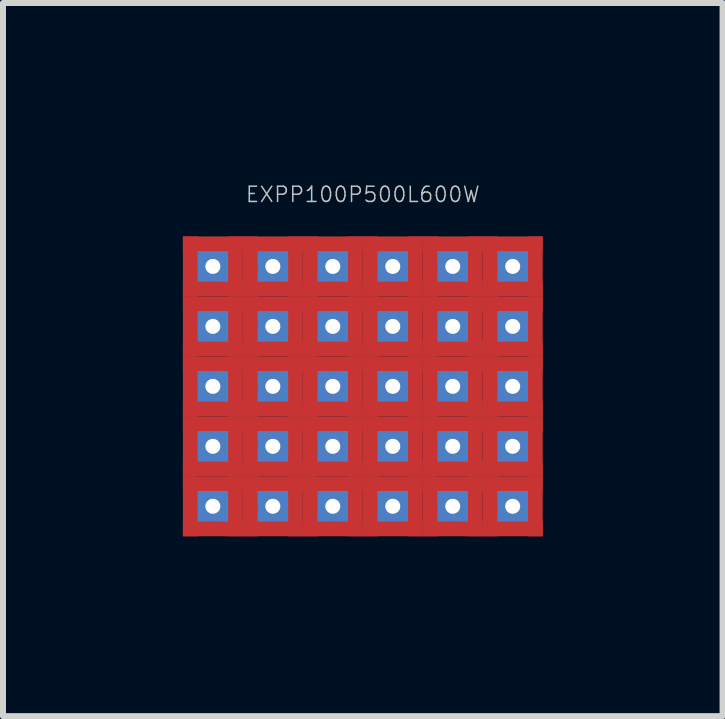
<source format=kicad_pcb>
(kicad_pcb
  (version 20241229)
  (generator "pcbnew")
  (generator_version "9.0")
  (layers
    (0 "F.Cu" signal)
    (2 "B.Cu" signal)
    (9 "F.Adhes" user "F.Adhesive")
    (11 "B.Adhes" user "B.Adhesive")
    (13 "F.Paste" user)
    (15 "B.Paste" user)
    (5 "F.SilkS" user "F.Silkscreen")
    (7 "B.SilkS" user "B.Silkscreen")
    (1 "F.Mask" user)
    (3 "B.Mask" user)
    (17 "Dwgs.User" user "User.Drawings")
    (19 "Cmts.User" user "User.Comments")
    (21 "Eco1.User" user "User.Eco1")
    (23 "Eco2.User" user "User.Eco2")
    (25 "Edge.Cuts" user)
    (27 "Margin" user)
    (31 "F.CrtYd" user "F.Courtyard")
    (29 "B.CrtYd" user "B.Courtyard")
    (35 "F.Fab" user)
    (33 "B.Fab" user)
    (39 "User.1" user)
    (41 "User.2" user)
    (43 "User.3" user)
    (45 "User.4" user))
  (footprint "EXPP100P500L600W"
    (layer "F.Cu")
    (at 3 3.393)
    (property "Reference" "EXPP100P500L600W" (at 0 -3.2 0) (layer "Dwgs.User") (effects (font (size 0.254 0.254) (thickness 0.025))))
    (attr smd)
    (pad "1" smd rect (at -2.875 -2) (size 0.25 1) (layers "F.Cu" "F.Mask"))
    (pad "1" smd rect (at -2.875 -1) (size 0.25 1) (layers "F.Cu" "F.Mask"))
    (pad "1" smd rect (at -2.875 0) (size 0.25 1) (layers "F.Cu" "F.Mask"))
    (pad "1" smd rect (at -2.875 1) (size 0.25 1) (layers "F.Cu" "F.Mask"))
    (pad "1" smd rect (at -2.875 2) (size 0.25 1) (layers "F.Cu" "F.Mask"))
    (pad "1" smd rect (at -2.77 -2.27) (size 0.35 0.35) (layers "F.Cu" "F.Mask" "F.Paste"))
    (pad "1" smd rect (at -2.77 -1.73) (size 0.35 0.35) (layers "F.Cu" "F.Paste"))
    (pad "1" smd rect (at -2.77 -1.27) (size 0.35 0.35) (layers "F.Cu" "F.Mask" "F.Paste"))
    (pad "1" smd rect (at -2.77 -0.73) (size 0.35 0.35) (layers "F.Cu" "F.Paste"))
    (pad "1" smd rect (at -2.77 -0.27) (size 0.35 0.35) (layers "F.Cu" "F.Mask" "F.Paste"))
    (pad "1" smd rect (at -2.77 0.27) (size 0.35 0.35) (layers "F.Cu" "F.Paste"))
    (pad "1" smd rect (at -2.77 0.73) (size 0.35 0.35) (layers "F.Cu" "F.Mask" "F.Paste"))
    (pad "1" smd rect (at -2.77 1.27) (size 0.35 0.35) (layers "F.Cu" "F.Paste"))
    (pad "1" smd rect (at -2.77 1.73) (size 0.35 0.35) (layers "F.Cu" "F.Mask" "F.Paste"))
    (pad "1" smd rect (at -2.77 2.27) (size 0.35 0.35) (layers "F.Cu" "F.Paste"))
    (pad "1" smd rect (at -2.5 -2.375) (size 1 0.25) (layers "F.Cu" "F.Mask"))
    (pad "1" thru_hole rect (at -2.5 -2) (size 0.51 0.51) (drill 0.25) (layers "*.Cu"))
    (pad "1" smd rect (at -2.5 -1.625) (size 1 0.25) (layers "F.Cu" "F.Mask"))
    (pad "1" smd rect (at -2.5 -1.375) (size 1 0.25) (layers "F.Cu" "F.Mask"))
    (pad "1" thru_hole rect (at -2.5 -1) (size 0.51 0.51) (drill 0.25) (layers "*.Cu"))
    (pad "1" smd rect (at -2.5 -0.625) (size 1 0.25) (layers "F.Cu" "F.Mask"))
    (pad "1" smd rect (at -2.5 -0.375) (size 1 0.25) (layers "F.Cu" "F.Mask"))
    (pad "1" thru_hole rect (at -2.5 0) (size 0.51 0.51) (drill 0.25) (layers "*.Cu"))
    (pad "1" smd rect (at -2.5 0.375) (size 1 0.25) (layers "F.Cu" "F.Mask"))
    (pad "1" smd rect (at -2.5 0.625) (size 1 0.25) (layers "F.Cu" "F.Mask"))
    (pad "1" thru_hole rect (at -2.5 1) (size 0.51 0.51) (drill 0.25) (layers "*.Cu"))
    (pad "1" smd rect (at -2.5 1.375) (size 1 0.25) (layers "F.Cu" "F.Mask"))
    (pad "1" smd rect (at -2.5 1.625) (size 1 0.25) (layers "F.Cu" "F.Mask"))
    (pad "1" thru_hole rect (at -2.5 2) (size 0.51 0.51) (drill 0.25) (layers "*.Cu"))
    (pad "1" smd rect (at -2.5 2.375) (size 1 0.25) (layers "F.Cu" "F.Mask"))
    (pad "1" smd rect (at -2.23 -2.27) (size 0.35 0.35) (layers "F.Cu" "F.Paste"))
    (pad "1" smd rect (at -2.23 -1.73) (size 0.35 0.35) (layers "F.Cu" "F.Paste"))
    (pad "1" smd rect (at -2.23 -1.27) (size 0.35 0.35) (layers "F.Cu" "F.Paste"))
    (pad "1" smd rect (at -2.23 -0.73) (size 0.35 0.35) (layers "F.Cu" "F.Paste"))
    (pad "1" smd rect (at -2.23 -0.27) (size 0.35 0.35) (layers "F.Cu" "F.Paste"))
    (pad "1" smd rect (at -2.23 0.27) (size 0.35 0.35) (layers "F.Cu" "F.Paste"))
    (pad "1" smd rect (at -2.23 0.73) (size 0.35 0.35) (layers "F.Cu" "F.Paste"))
    (pad "1" smd rect (at -2.23 1.27) (size 0.35 0.35) (layers "F.Cu" "F.Paste"))
    (pad "1" smd rect (at -2.23 1.73) (size 0.35 0.35) (layers "F.Cu" "F.Paste"))
    (pad "1" smd rect (at -2.23 2.27) (size 0.35 0.35) (layers "F.Cu" "F.Paste"))
    (pad "1" smd rect (at -2.125 -2) (size 0.25 1) (layers "F.Cu" "F.Mask"))
    (pad "1" smd rect (at -2.125 -1) (size 0.25 1) (layers "F.Cu" "F.Mask"))
    (pad "1" smd rect (at -2.125 0) (size 0.25 1) (layers "F.Cu" "F.Mask"))
    (pad "1" smd rect (at -2.125 1) (size 0.25 1) (layers "F.Cu" "F.Mask"))
    (pad "1" smd rect (at -2.125 2) (size 0.25 1) (layers "F.Cu" "F.Mask"))
    (pad "1" smd rect (at -1.875 -2) (size 0.25 1) (layers "F.Cu" "F.Mask"))
    (pad "1" smd rect (at -1.875 -1) (size 0.25 1) (layers "F.Cu" "F.Mask"))
    (pad "1" smd rect (at -1.875 0) (size 0.25 1) (layers "F.Cu" "F.Mask"))
    (pad "1" smd rect (at -1.875 1) (size 0.25 1) (layers "F.Cu" "F.Mask"))
    (pad "1" smd rect (at -1.875 2) (size 0.25 1) (layers "F.Cu" "F.Mask"))
    (pad "1" smd rect (at -1.77 -2.27) (size 0.35 0.35) (layers "F.Cu" "F.Mask" "F.Paste"))
    (pad "1" smd rect (at -1.77 -1.73) (size 0.35 0.35) (layers "F.Cu" "F.Paste"))
    (pad "1" smd rect (at -1.77 -1.27) (size 0.35 0.35) (layers "F.Cu" "F.Mask" "F.Paste"))
    (pad "1" smd rect (at -1.77 -0.73) (size 0.35 0.35) (layers "F.Cu" "F.Paste"))
    (pad "1" smd rect (at -1.77 -0.27) (size 0.35 0.35) (layers "F.Cu" "F.Mask" "F.Paste"))
    (pad "1" smd rect (at -1.77 0.27) (size 0.35 0.35) (layers "F.Cu" "F.Paste"))
    (pad "1" smd rect (at -1.77 0.73) (size 0.35 0.35) (layers "F.Cu" "F.Mask" "F.Paste"))
    (pad "1" smd rect (at -1.77 1.27) (size 0.35 0.35) (layers "F.Cu" "F.Paste"))
    (pad "1" smd rect (at -1.77 1.73) (size 0.35 0.35) (layers "F.Cu" "F.Mask" "F.Paste"))
    (pad "1" smd rect (at -1.77 2.27) (size 0.35 0.35) (layers "F.Cu" "F.Paste"))
    (pad "1" smd rect (at -1.5 -2.375) (size 1 0.25) (layers "F.Cu" "F.Mask"))
    (pad "1" thru_hole rect (at -1.5 -2) (size 0.51 0.51) (drill 0.25) (layers "*.Cu"))
    (pad "1" smd rect (at -1.5 -1.625) (size 1 0.25) (layers "F.Cu" "F.Mask"))
    (pad "1" smd rect (at -1.5 -1.375) (size 1 0.25) (layers "F.Cu" "F.Mask"))
    (pad "1" thru_hole rect (at -1.5 -1) (size 0.51 0.51) (drill 0.25) (layers "*.Cu"))
    (pad "1" smd rect (at -1.5 -0.625) (size 1 0.25) (layers "F.Cu" "F.Mask"))
    (pad "1" smd rect (at -1.5 -0.375) (size 1 0.25) (layers "F.Cu" "F.Mask"))
    (pad "1" thru_hole rect (at -1.5 0) (size 0.51 0.51) (drill 0.25) (layers "*.Cu"))
    (pad "1" smd rect (at -1.5 0.375) (size 1 0.25) (layers "F.Cu" "F.Mask"))
    (pad "1" smd rect (at -1.5 0.625) (size 1 0.25) (layers "F.Cu" "F.Mask"))
    (pad "1" thru_hole rect (at -1.5 1) (size 0.51 0.51) (drill 0.25) (layers "*.Cu"))
    (pad "1" smd rect (at -1.5 1.375) (size 1 0.25) (layers "F.Cu" "F.Mask"))
    (pad "1" smd rect (at -1.5 1.625) (size 1 0.25) (layers "F.Cu" "F.Mask"))
    (pad "1" thru_hole rect (at -1.5 2) (size 0.51 0.51) (drill 0.25) (layers "*.Cu"))
    (pad "1" smd rect (at -1.5 2.375) (size 1 0.25) (layers "F.Cu" "F.Mask"))
    (pad "1" smd rect (at -1.23 -2.27) (size 0.35 0.35) (layers "F.Cu" "F.Paste"))
    (pad "1" smd rect (at -1.23 -1.73) (size 0.35 0.35) (layers "F.Cu" "F.Paste"))
    (pad "1" smd rect (at -1.23 -1.27) (size 0.35 0.35) (layers "F.Cu" "F.Paste"))
    (pad "1" smd rect (at -1.23 -0.73) (size 0.35 0.35) (layers "F.Cu" "F.Paste"))
    (pad "1" smd rect (at -1.23 -0.27) (size 0.35 0.35) (layers "F.Cu" "F.Paste"))
    (pad "1" smd rect (at -1.23 0.27) (size 0.35 0.35) (layers "F.Cu" "F.Paste"))
    (pad "1" smd rect (at -1.23 0.73) (size 0.35 0.35) (layers "F.Cu" "F.Paste"))
    (pad "1" smd rect (at -1.23 1.27) (size 0.35 0.35) (layers "F.Cu" "F.Paste"))
    (pad "1" smd rect (at -1.23 1.73) (size 0.35 0.35) (layers "F.Cu" "F.Paste"))
    (pad "1" smd rect (at -1.23 2.27) (size 0.35 0.35) (layers "F.Cu" "F.Paste"))
    (pad "1" smd rect (at -1.125 -2) (size 0.25 1) (layers "F.Cu" "F.Mask"))
    (pad "1" smd rect (at -1.125 -1) (size 0.25 1) (layers "F.Cu" "F.Mask"))
    (pad "1" smd rect (at -1.125 0) (size 0.25 1) (layers "F.Cu" "F.Mask"))
    (pad "1" smd rect (at -1.125 1) (size 0.25 1) (layers "F.Cu" "F.Mask"))
    (pad "1" smd rect (at -1.125 2) (size 0.25 1) (layers "F.Cu" "F.Mask"))
    (pad "1" smd rect (at -0.875 -2) (size 0.25 1) (layers "F.Cu" "F.Mask"))
    (pad "1" smd rect (at -0.875 -1) (size 0.25 1) (layers "F.Cu" "F.Mask"))
    (pad "1" smd rect (at -0.875 0) (size 0.25 1) (layers "F.Cu" "F.Mask"))
    (pad "1" smd rect (at -0.875 1) (size 0.25 1) (layers "F.Cu" "F.Mask"))
    (pad "1" smd rect (at -0.875 2) (size 0.25 1) (layers "F.Cu" "F.Mask"))
    (pad "1" smd rect (at -0.77 -2.27) (size 0.35 0.35) (layers "F.Cu" "F.Mask" "F.Paste"))
    (pad "1" smd rect (at -0.77 -1.73) (size 0.35 0.35) (layers "F.Cu" "F.Paste"))
    (pad "1" smd rect (at -0.77 -1.27) (size 0.35 0.35) (layers "F.Cu" "F.Mask" "F.Paste"))
    (pad "1" smd rect (at -0.77 -0.73) (size 0.35 0.35) (layers "F.Cu" "F.Paste"))
    (pad "1" smd rect (at -0.77 -0.27) (size 0.35 0.35) (layers "F.Cu" "F.Mask" "F.Paste"))
    (pad "1" smd rect (at -0.77 0.27) (size 0.35 0.35) (layers "F.Cu" "F.Paste"))
    (pad "1" smd rect (at -0.77 0.73) (size 0.35 0.35) (layers "F.Cu" "F.Mask" "F.Paste"))
    (pad "1" smd rect (at -0.77 1.27) (size 0.35 0.35) (layers "F.Cu" "F.Paste"))
    (pad "1" smd rect (at -0.77 1.73) (size 0.35 0.35) (layers "F.Cu" "F.Mask" "F.Paste"))
    (pad "1" smd rect (at -0.77 2.27) (size 0.35 0.35) (layers "F.Cu" "F.Paste"))
    (pad "1" smd rect (at -0.5 -2.375) (size 1 0.25) (layers "F.Cu" "F.Mask"))
    (pad "1" thru_hole rect (at -0.5 -2) (size 0.51 0.51) (drill 0.25) (layers "*.Cu"))
    (pad "1" smd rect (at -0.5 -1.625) (size 1 0.25) (layers "F.Cu" "F.Mask"))
    (pad "1" smd rect (at -0.5 -1.375) (size 1 0.25) (layers "F.Cu" "F.Mask"))
    (pad "1" thru_hole rect (at -0.5 -1) (size 0.51 0.51) (drill 0.25) (layers "*.Cu"))
    (pad "1" smd rect (at -0.5 -0.625) (size 1 0.25) (layers "F.Cu" "F.Mask"))
    (pad "1" smd rect (at -0.5 -0.375) (size 1 0.25) (layers "F.Cu" "F.Mask"))
    (pad "1" thru_hole rect (at -0.5 0) (size 0.51 0.51) (drill 0.25) (layers "*.Cu"))
    (pad "1" smd rect (at -0.5 0.375) (size 1 0.25) (layers "F.Cu" "F.Mask"))
    (pad "1" smd rect (at -0.5 0.625) (size 1 0.25) (layers "F.Cu" "F.Mask"))
    (pad "1" thru_hole rect (at -0.5 1) (size 0.51 0.51) (drill 0.25) (layers "*.Cu"))
    (pad "1" smd rect (at -0.5 1.375) (size 1 0.25) (layers "F.Cu" "F.Mask"))
    (pad "1" smd rect (at -0.5 1.625) (size 1 0.25) (layers "F.Cu" "F.Mask"))
    (pad "1" thru_hole rect (at -0.5 2) (size 0.51 0.51) (drill 0.25) (layers "*.Cu"))
    (pad "1" smd rect (at -0.5 2.375) (size 1 0.25) (layers "F.Cu" "F.Mask"))
    (pad "1" smd rect (at -0.23 -2.27) (size 0.35 0.35) (layers "F.Cu" "F.Paste"))
    (pad "1" smd rect (at -0.23 -1.73) (size 0.35 0.35) (layers "F.Cu" "F.Paste"))
    (pad "1" smd rect (at -0.23 -1.27) (size 0.35 0.35) (layers "F.Cu" "F.Paste"))
    (pad "1" smd rect (at -0.23 -0.73) (size 0.35 0.35) (layers "F.Cu" "F.Paste"))
    (pad "1" smd rect (at -0.23 -0.27) (size 0.35 0.35) (layers "F.Cu" "F.Paste"))
    (pad "1" smd rect (at -0.23 0.27) (size 0.35 0.35) (layers "F.Cu" "F.Paste"))
    (pad "1" smd rect (at -0.23 0.73) (size 0.35 0.35) (layers "F.Cu" "F.Paste"))
    (pad "1" smd rect (at -0.23 1.27) (size 0.35 0.35) (layers "F.Cu" "F.Paste"))
    (pad "1" smd rect (at -0.23 1.73) (size 0.35 0.35) (layers "F.Cu" "F.Paste"))
    (pad "1" smd rect (at -0.23 2.27) (size 0.35 0.35) (layers "F.Cu" "F.Paste"))
    (pad "1" smd rect (at -0.125 -2) (size 0.25 1) (layers "F.Cu" "F.Mask"))
    (pad "1" smd rect (at -0.125 -1) (size 0.25 1) (layers "F.Cu" "F.Mask"))
    (pad "1" smd rect (at -0.125 0) (size 0.25 1) (layers "F.Cu" "F.Mask"))
    (pad "1" smd rect (at -0.125 1) (size 0.25 1) (layers "F.Cu" "F.Mask"))
    (pad "1" smd rect (at -0.125 2) (size 0.25 1) (layers "F.Cu" "F.Mask"))
    (pad "1" smd rect (at 0.125 -2) (size 0.25 1) (layers "F.Cu" "F.Mask"))
    (pad "1" smd rect (at 0.125 -1) (size 0.25 1) (layers "F.Cu" "F.Mask"))
    (pad "1" smd rect (at 0.125 0) (size 0.25 1) (layers "F.Cu" "F.Mask"))
    (pad "1" smd rect (at 0.125 1) (size 0.25 1) (layers "F.Cu" "F.Mask"))
    (pad "1" smd rect (at 0.125 2) (size 0.25 1) (layers "F.Cu" "F.Mask"))
    (pad "1" smd rect (at 0.23 -2.27) (size 0.35 0.35) (layers "F.Cu" "F.Mask" "F.Paste"))
    (pad "1" smd rect (at 0.23 -1.73) (size 0.35 0.35) (layers "F.Cu" "F.Paste"))
    (pad "1" smd rect (at 0.23 -1.27) (size 0.35 0.35) (layers "F.Cu" "F.Mask" "F.Paste"))
    (pad "1" smd rect (at 0.23 -0.73) (size 0.35 0.35) (layers "F.Cu" "F.Paste"))
    (pad "1" smd rect (at 0.23 -0.27) (size 0.35 0.35) (layers "F.Cu" "F.Mask" "F.Paste"))
    (pad "1" smd rect (at 0.23 0.27) (size 0.35 0.35) (layers "F.Cu" "F.Paste"))
    (pad "1" smd rect (at 0.23 0.73) (size 0.35 0.35) (layers "F.Cu" "F.Mask" "F.Paste"))
    (pad "1" smd rect (at 0.23 1.27) (size 0.35 0.35) (layers "F.Cu" "F.Paste"))
    (pad "1" smd rect (at 0.23 1.73) (size 0.35 0.35) (layers "F.Cu" "F.Mask" "F.Paste"))
    (pad "1" smd rect (at 0.23 2.27) (size 0.35 0.35) (layers "F.Cu" "F.Paste"))
    (pad "1" smd rect (at 0.5 -2.375) (size 1 0.25) (layers "F.Cu" "F.Mask"))
    (pad "1" thru_hole rect (at 0.5 -2) (size 0.51 0.51) (drill 0.25) (layers "*.Cu"))
    (pad "1" smd rect (at 0.5 -1.625) (size 1 0.25) (layers "F.Cu" "F.Mask"))
    (pad "1" smd rect (at 0.5 -1.375) (size 1 0.25) (layers "F.Cu" "F.Mask"))
    (pad "1" thru_hole rect (at 0.5 -1) (size 0.51 0.51) (drill 0.25) (layers "*.Cu"))
    (pad "1" smd rect (at 0.5 -0.625) (size 1 0.25) (layers "F.Cu" "F.Mask"))
    (pad "1" smd rect (at 0.5 -0.375) (size 1 0.25) (layers "F.Cu" "F.Mask"))
    (pad "1" thru_hole rect (at 0.5 0) (size 0.51 0.51) (drill 0.25) (layers "*.Cu"))
    (pad "1" smd rect (at 0.5 0.375) (size 1 0.25) (layers "F.Cu" "F.Mask"))
    (pad "1" smd rect (at 0.5 0.625) (size 1 0.25) (layers "F.Cu" "F.Mask"))
    (pad "1" thru_hole rect (at 0.5 1) (size 0.51 0.51) (drill 0.25) (layers "*.Cu"))
    (pad "1" smd rect (at 0.5 1.375) (size 1 0.25) (layers "F.Cu" "F.Mask"))
    (pad "1" smd rect (at 0.5 1.625) (size 1 0.25) (layers "F.Cu" "F.Mask"))
    (pad "1" thru_hole rect (at 0.5 2) (size 0.51 0.51) (drill 0.25) (layers "*.Cu"))
    (pad "1" smd rect (at 0.5 2.375) (size 1 0.25) (layers "F.Cu" "F.Mask"))
    (pad "1" smd rect (at 0.77 -2.27) (size 0.35 0.35) (layers "F.Cu" "F.Paste"))
    (pad "1" smd rect (at 0.77 -1.73) (size 0.35 0.35) (layers "F.Cu" "F.Paste"))
    (pad "1" smd rect (at 0.77 -1.27) (size 0.35 0.35) (layers "F.Cu" "F.Paste"))
    (pad "1" smd rect (at 0.77 -0.73) (size 0.35 0.35) (layers "F.Cu" "F.Paste"))
    (pad "1" smd rect (at 0.77 -0.27) (size 0.35 0.35) (layers "F.Cu" "F.Paste"))
    (pad "1" smd rect (at 0.77 0.27) (size 0.35 0.35) (layers "F.Cu" "F.Paste"))
    (pad "1" smd rect (at 0.77 0.73) (size 0.35 0.35) (layers "F.Cu" "F.Paste"))
    (pad "1" smd rect (at 0.77 1.27) (size 0.35 0.35) (layers "F.Cu" "F.Paste"))
    (pad "1" smd rect (at 0.77 1.73) (size 0.35 0.35) (layers "F.Cu" "F.Paste"))
    (pad "1" smd rect (at 0.77 2.27) (size 0.35 0.35) (layers "F.Cu" "F.Paste"))
    (pad "1" smd rect (at 0.875 -2) (size 0.25 1) (layers "F.Cu" "F.Mask"))
    (pad "1" smd rect (at 0.875 -1) (size 0.25 1) (layers "F.Cu" "F.Mask"))
    (pad "1" smd rect (at 0.875 0) (size 0.25 1) (layers "F.Cu" "F.Mask"))
    (pad "1" smd rect (at 0.875 1) (size 0.25 1) (layers "F.Cu" "F.Mask"))
    (pad "1" smd rect (at 0.875 2) (size 0.25 1) (layers "F.Cu" "F.Mask"))
    (pad "1" smd rect (at 1.125 -2) (size 0.25 1) (layers "F.Cu" "F.Mask"))
    (pad "1" smd rect (at 1.125 -1) (size 0.25 1) (layers "F.Cu" "F.Mask"))
    (pad "1" smd rect (at 1.125 0) (size 0.25 1) (layers "F.Cu" "F.Mask"))
    (pad "1" smd rect (at 1.125 1) (size 0.25 1) (layers "F.Cu" "F.Mask"))
    (pad "1" smd rect (at 1.125 2) (size 0.25 1) (layers "F.Cu" "F.Mask"))
    (pad "1" smd rect (at 1.23 -2.27) (size 0.35 0.35) (layers "F.Cu" "F.Mask" "F.Paste"))
    (pad "1" smd rect (at 1.23 -1.73) (size 0.35 0.35) (layers "F.Cu" "F.Paste"))
    (pad "1" smd rect (at 1.23 -1.27) (size 0.35 0.35) (layers "F.Cu" "F.Mask" "F.Paste"))
    (pad "1" smd rect (at 1.23 -0.73) (size 0.35 0.35) (layers "F.Cu" "F.Paste"))
    (pad "1" smd rect (at 1.23 -0.27) (size 0.35 0.35) (layers "F.Cu" "F.Mask" "F.Paste"))
    (pad "1" smd rect (at 1.23 0.27) (size 0.35 0.35) (layers "F.Cu" "F.Paste"))
    (pad "1" smd rect (at 1.23 0.73) (size 0.35 0.35) (layers "F.Cu" "F.Mask" "F.Paste"))
    (pad "1" smd rect (at 1.23 1.27) (size 0.35 0.35) (layers "F.Cu" "F.Paste"))
    (pad "1" smd rect (at 1.23 1.73) (size 0.35 0.35) (layers "F.Cu" "F.Mask" "F.Paste"))
    (pad "1" smd rect (at 1.23 2.27) (size 0.35 0.35) (layers "F.Cu" "F.Paste"))
    (pad "1" smd rect (at 1.5 -2.375) (size 1 0.25) (layers "F.Cu" "F.Mask"))
    (pad "1" thru_hole rect (at 1.5 -2) (size 0.51 0.51) (drill 0.25) (layers "*.Cu"))
    (pad "1" smd rect (at 1.5 -1.625) (size 1 0.25) (layers "F.Cu" "F.Mask"))
    (pad "1" smd rect (at 1.5 -1.375) (size 1 0.25) (layers "F.Cu" "F.Mask"))
    (pad "1" thru_hole rect (at 1.5 -1) (size 0.51 0.51) (drill 0.25) (layers "*.Cu"))
    (pad "1" smd rect (at 1.5 -0.625) (size 1 0.25) (layers "F.Cu" "F.Mask"))
    (pad "1" smd rect (at 1.5 -0.375) (size 1 0.25) (layers "F.Cu" "F.Mask"))
    (pad "1" thru_hole rect (at 1.5 0) (size 0.51 0.51) (drill 0.25) (layers "*.Cu"))
    (pad "1" smd rect (at 1.5 0.375) (size 1 0.25) (layers "F.Cu" "F.Mask"))
    (pad "1" smd rect (at 1.5 0.625) (size 1 0.25) (layers "F.Cu" "F.Mask"))
    (pad "1" thru_hole rect (at 1.5 1) (size 0.51 0.51) (drill 0.25) (layers "*.Cu"))
    (pad "1" smd rect (at 1.5 1.375) (size 1 0.25) (layers "F.Cu" "F.Mask"))
    (pad "1" smd rect (at 1.5 1.625) (size 1 0.25) (layers "F.Cu" "F.Mask"))
    (pad "1" thru_hole rect (at 1.5 2) (size 0.51 0.51) (drill 0.25) (layers "*.Cu"))
    (pad "1" smd rect (at 1.5 2.375) (size 1 0.25) (layers "F.Cu" "F.Mask"))
    (pad "1" smd rect (at 1.77 -2.27) (size 0.35 0.35) (layers "F.Cu" "F.Paste"))
    (pad "1" smd rect (at 1.77 -1.73) (size 0.35 0.35) (layers "F.Cu" "F.Paste"))
    (pad "1" smd rect (at 1.77 -1.27) (size 0.35 0.35) (layers "F.Cu" "F.Paste"))
    (pad "1" smd rect (at 1.77 -0.73) (size 0.35 0.35) (layers "F.Cu" "F.Paste"))
    (pad "1" smd rect (at 1.77 -0.27) (size 0.35 0.35) (layers "F.Cu" "F.Paste"))
    (pad "1" smd rect (at 1.77 0.27) (size 0.35 0.35) (layers "F.Cu" "F.Paste"))
    (pad "1" smd rect (at 1.77 0.73) (size 0.35 0.35) (layers "F.Cu" "F.Paste"))
    (pad "1" smd rect (at 1.77 1.27) (size 0.35 0.35) (layers "F.Cu" "F.Paste"))
    (pad "1" smd rect (at 1.77 1.73) (size 0.35 0.35) (layers "F.Cu" "F.Paste"))
    (pad "1" smd rect (at 1.77 2.27) (size 0.35 0.35) (layers "F.Cu" "F.Paste"))
    (pad "1" smd rect (at 1.875 -2) (size 0.25 1) (layers "F.Cu" "F.Mask"))
    (pad "1" smd rect (at 1.875 -1) (size 0.25 1) (layers "F.Cu" "F.Mask"))
    (pad "1" smd rect (at 1.875 0) (size 0.25 1) (layers "F.Cu" "F.Mask"))
    (pad "1" smd rect (at 1.875 1) (size 0.25 1) (layers "F.Cu" "F.Mask"))
    (pad "1" smd rect (at 1.875 2) (size 0.25 1) (layers "F.Cu" "F.Mask"))
    (pad "1" smd rect (at 2.125 -2) (size 0.25 1) (layers "F.Cu" "F.Mask"))
    (pad "1" smd rect (at 2.125 -1) (size 0.25 1) (layers "F.Cu" "F.Mask"))
    (pad "1" smd rect (at 2.125 0) (size 0.25 1) (layers "F.Cu" "F.Mask"))
    (pad "1" smd rect (at 2.125 1) (size 0.25 1) (layers "F.Cu" "F.Mask"))
    (pad "1" smd rect (at 2.125 2) (size 0.25 1) (layers "F.Cu" "F.Mask"))
    (pad "1" smd rect (at 2.23 -2.27) (size 0.35 0.35) (layers "F.Cu" "F.Mask" "F.Paste"))
    (pad "1" smd rect (at 2.23 -1.73) (size 0.35 0.35) (layers "F.Cu" "F.Paste"))
    (pad "1" smd rect (at 2.23 -1.27) (size 0.35 0.35) (layers "F.Cu" "F.Mask" "F.Paste"))
    (pad "1" smd rect (at 2.23 -0.73) (size 0.35 0.35) (layers "F.Cu" "F.Paste"))
    (pad "1" smd rect (at 2.23 -0.27) (size 0.35 0.35) (layers "F.Cu" "F.Mask" "F.Paste"))
    (pad "1" smd rect (at 2.23 0.27) (size 0.35 0.35) (layers "F.Cu" "F.Paste"))
    (pad "1" smd rect (at 2.23 0.73) (size 0.35 0.35) (layers "F.Cu" "F.Mask" "F.Paste"))
    (pad "1" smd rect (at 2.23 1.27) (size 0.35 0.35) (layers "F.Cu" "F.Paste"))
    (pad "1" smd rect (at 2.23 1.73) (size 0.35 0.35) (layers "F.Cu" "F.Mask" "F.Paste"))
    (pad "1" smd rect (at 2.23 2.27) (size 0.35 0.35) (layers "F.Cu" "F.Paste"))
    (pad "1" smd rect (at 2.5 -2.375) (size 1 0.25) (layers "F.Cu" "F.Mask"))
    (pad "1" thru_hole rect (at 2.5 -2) (size 0.51 0.51) (drill 0.25) (layers "*.Cu"))
    (pad "1" smd rect (at 2.5 -1.625) (size 1 0.25) (layers "F.Cu" "F.Mask"))
    (pad "1" smd rect (at 2.5 -1.375) (size 1 0.25) (layers "F.Cu" "F.Mask"))
    (pad "1" thru_hole rect (at 2.5 -1) (size 0.51 0.51) (drill 0.25) (layers "*.Cu"))
    (pad "1" smd rect (at 2.5 -0.625) (size 1 0.25) (layers "F.Cu" "F.Mask"))
    (pad "1" smd rect (at 2.5 -0.375) (size 1 0.25) (layers "F.Cu" "F.Mask"))
    (pad "1" thru_hole rect (at 2.5 0) (size 0.51 0.51) (drill 0.25) (layers "*.Cu"))
    (pad "1" smd rect (at 2.5 0.375) (size 1 0.25) (layers "F.Cu" "F.Mask"))
    (pad "1" smd rect (at 2.5 0.625) (size 1 0.25) (layers "F.Cu" "F.Mask"))
    (pad "1" thru_hole rect (at 2.5 1) (size 0.51 0.51) (drill 0.25) (layers "*.Cu"))
    (pad "1" smd rect (at 2.5 1.375) (size 1 0.25) (layers "F.Cu" "F.Mask"))
    (pad "1" smd rect (at 2.5 1.625) (size 1 0.25) (layers "F.Cu" "F.Mask"))
    (pad "1" thru_hole rect (at 2.5 2) (size 0.51 0.51) (drill 0.25) (layers "*.Cu"))
    (pad "1" smd rect (at 2.5 2.375) (size 1 0.25) (layers "F.Cu" "F.Mask"))
    (pad "1" smd rect (at 2.77 -2.27) (size 0.35 0.35) (layers "F.Cu" "F.Paste"))
    (pad "1" smd rect (at 2.77 -1.73) (size 0.35 0.35) (layers "F.Cu" "F.Paste"))
    (pad "1" smd rect (at 2.77 -1.27) (size 0.35 0.35) (layers "F.Cu" "F.Paste"))
    (pad "1" smd rect (at 2.77 -0.73) (size 0.35 0.35) (layers "F.Cu" "F.Paste"))
    (pad "1" smd rect (at 2.77 -0.27) (size 0.35 0.35) (layers "F.Cu" "F.Paste"))
    (pad "1" smd rect (at 2.77 0.27) (size 0.35 0.35) (layers "F.Cu" "F.Paste"))
    (pad "1" smd rect (at 2.77 0.73) (size 0.35 0.35) (layers "F.Cu" "F.Paste"))
    (pad "1" smd rect (at 2.77 1.27) (size 0.35 0.35) (layers "F.Cu" "F.Paste"))
    (pad "1" smd rect (at 2.77 1.73) (size 0.35 0.35) (layers "F.Cu" "F.Paste"))
    (pad "1" smd rect (at 2.77 2.27) (size 0.35 0.35) (layers "F.Cu" "F.Paste"))
    (pad "1" smd rect (at 2.875 -2) (size 0.25 1) (layers "F.Cu" "F.Mask"))
    (pad "1" smd rect (at 2.875 -1) (size 0.25 1) (layers "F.Cu" "F.Mask"))
    (pad "1" smd rect (at 2.875 0) (size 0.25 1) (layers "F.Cu" "F.Mask"))
    (pad "1" smd rect (at 2.875 1) (size 0.25 1) (layers "F.Cu" "F.Mask"))
    (pad "1" smd rect (at 2.875 2) (size 0.25 1) (layers "F.Cu" "F.Mask")))
  (gr_rect
    (start -3 -3)
    (end 9 8.893)
    (stroke (width 0.1) (type default))
    (fill no)
    (layer "Edge.Cuts")))
</source>
